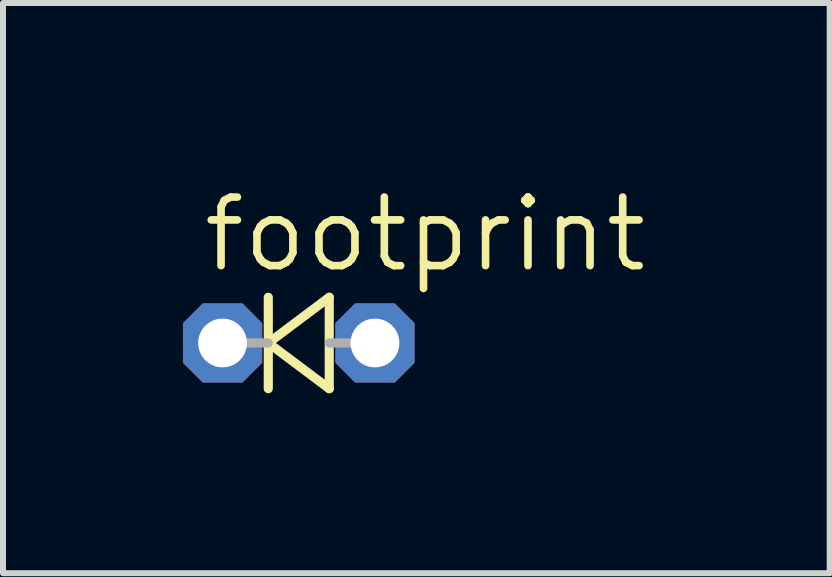
<source format=kicad_pcb>
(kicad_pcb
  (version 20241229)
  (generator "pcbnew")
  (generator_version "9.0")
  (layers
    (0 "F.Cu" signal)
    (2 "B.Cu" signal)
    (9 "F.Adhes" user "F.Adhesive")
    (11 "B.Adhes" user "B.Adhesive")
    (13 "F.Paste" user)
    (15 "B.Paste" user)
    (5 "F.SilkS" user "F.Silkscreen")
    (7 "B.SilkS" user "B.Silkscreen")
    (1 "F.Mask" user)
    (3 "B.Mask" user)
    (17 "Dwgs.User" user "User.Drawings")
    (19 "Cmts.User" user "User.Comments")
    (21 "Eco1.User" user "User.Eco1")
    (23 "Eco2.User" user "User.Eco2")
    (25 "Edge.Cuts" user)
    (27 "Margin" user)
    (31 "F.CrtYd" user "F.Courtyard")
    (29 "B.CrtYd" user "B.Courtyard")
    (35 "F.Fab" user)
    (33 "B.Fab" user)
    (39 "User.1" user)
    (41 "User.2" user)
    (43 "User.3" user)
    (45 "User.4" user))
  (footprint "footprint"
    (layer "F.Cu")
    (at 1.93 2.667)
    (property "Reference" "footprint" (at -1.651 -1.143 0) (layer "F.SilkS") (effects (font (size 1.143 1.143) (thickness 0.127)) (justify left bottom)))
    (fp_line (start -0.508 -0.762) (end -0.508 0) (stroke (width 0.152) (type solid)) (layer "F.SilkS"))
    (fp_line (start -0.508 0) (end -0.508 0.762) (stroke (width 0.152) (type solid)) (layer "F.SilkS"))
    (fp_line (start -0.508 0) (end 0.508 0.762) (stroke (width 0.152) (type solid)) (layer "F.SilkS"))
    (fp_line (start 0.508 -0.762) (end -0.508 0) (stroke (width 0.152) (type solid)) (layer "F.SilkS"))
    (fp_line (start 0.508 0.762) (end 0.508 -0.762) (stroke (width 0.152) (type solid)) (layer "F.SilkS"))
    (fp_line (start -0.508 0) (end -1.27 0) (stroke (width 0.152) (type solid)) (layer "F.Fab"))
    (fp_line (start 1.27 0) (end 0.508 0) (stroke (width 0.152) (type solid)) (layer "F.Fab"))
    (pad "A" thru_hole roundrect (at 1.27 0) (size 1.321 1.321) (drill 0.813) (layers "*.Cu" "*.Mask") (roundrect_rratio 0.25) (chamfer_ratio 0.25) (chamfer top_left top_right bottom_left bottom_right))
    (pad "C" thru_hole roundrect (at -1.27 0) (size 1.321 1.321) (drill 0.813) (layers "*.Cu" "*.Mask") (roundrect_rratio 0.25) (chamfer_ratio 0.25) (chamfer top_left top_right bottom_left bottom_right)))
  (gr_rect
    (start -3 -3)
    (end 10.78 6.505)
    (stroke (width 0.1) (type default))
    (fill no)
    (layer "Edge.Cuts")))
</source>
